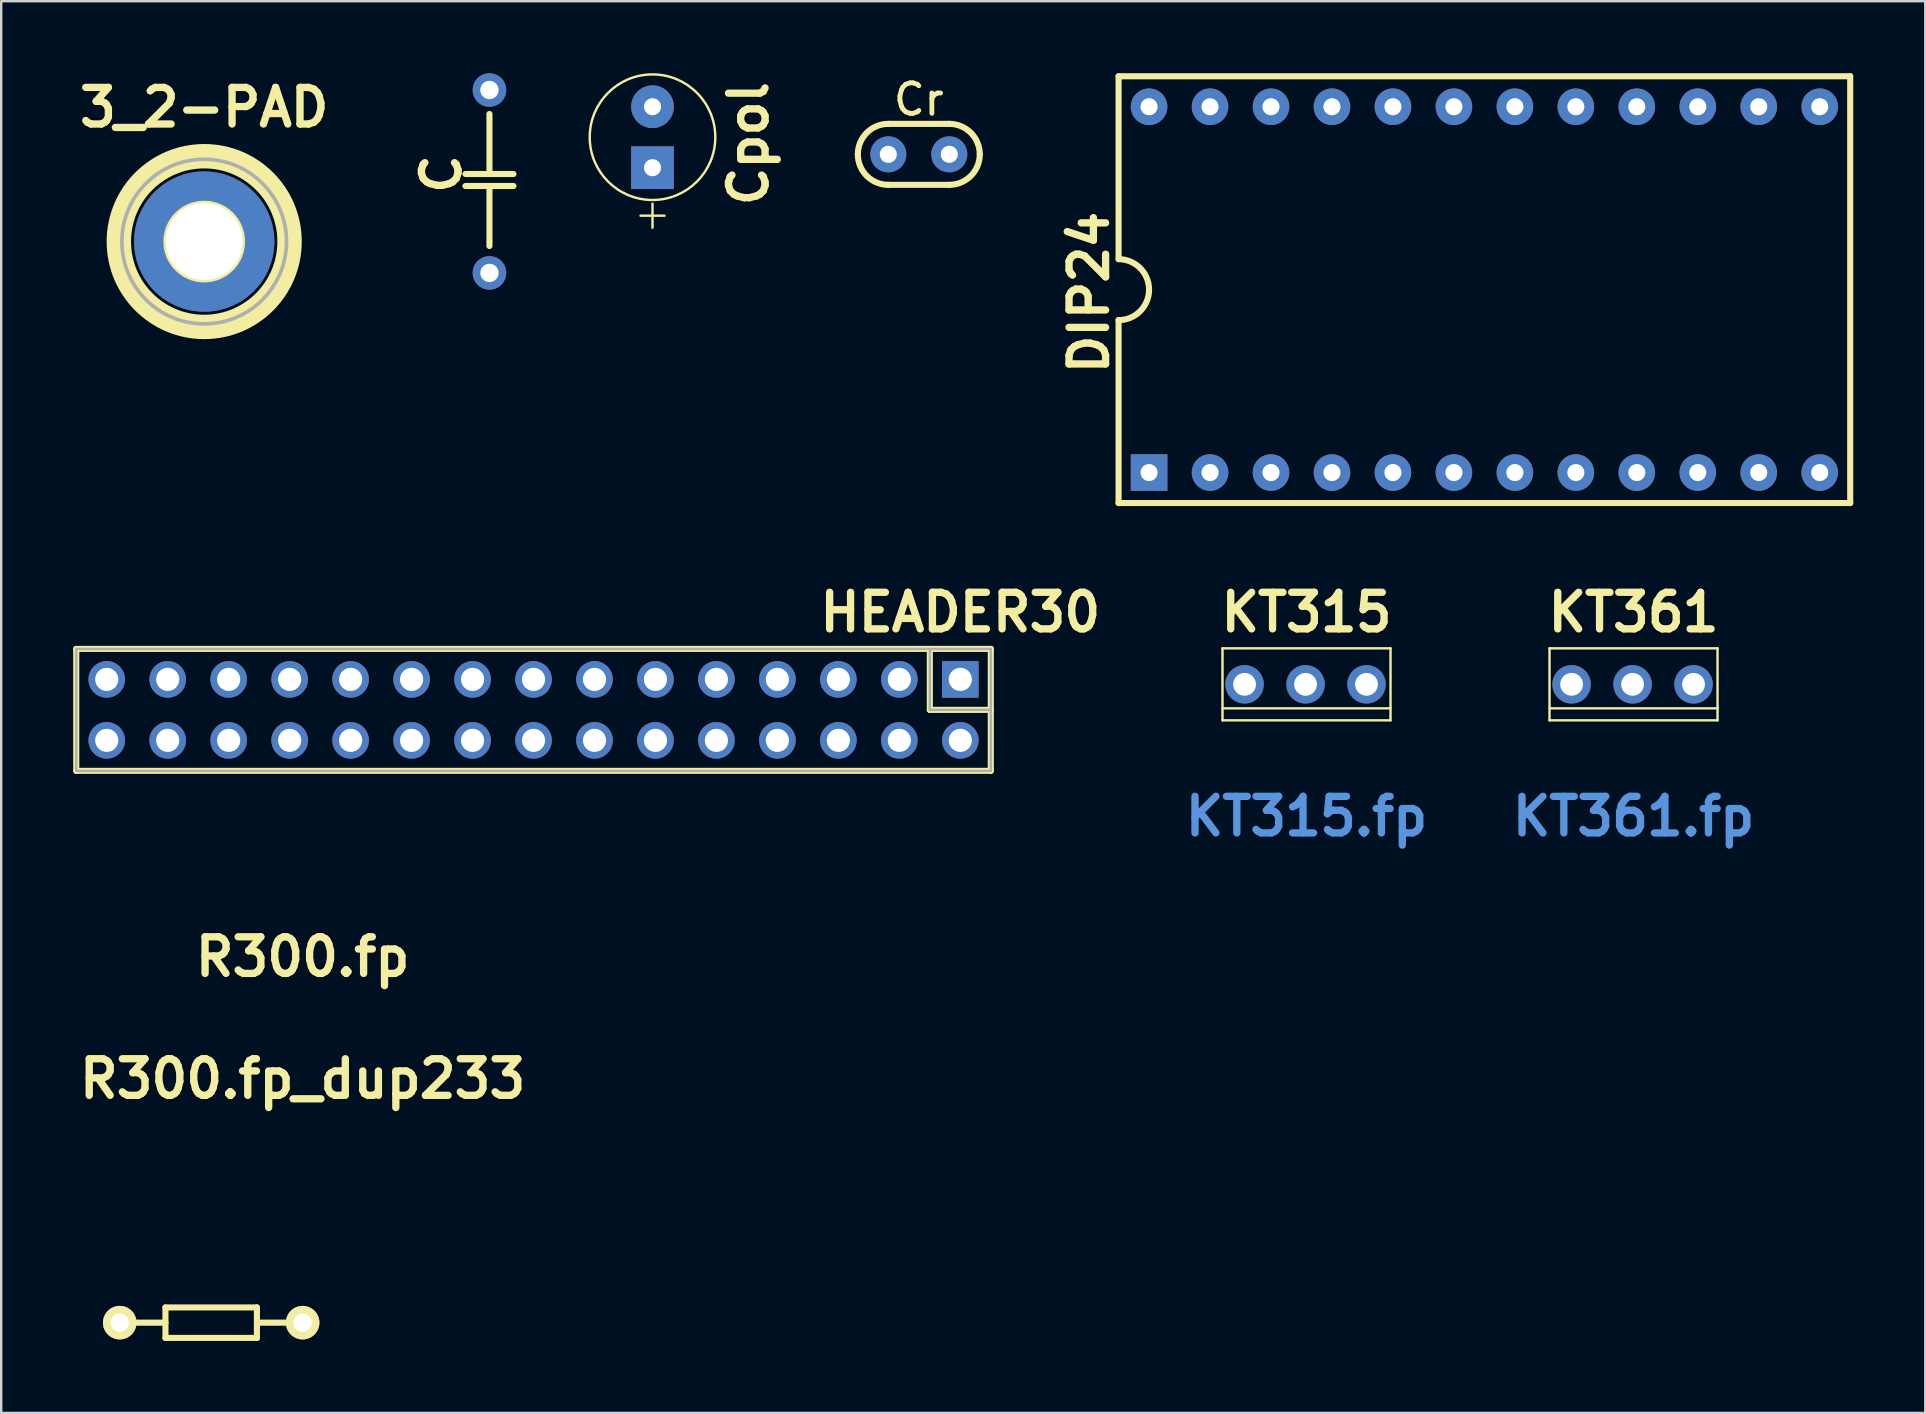
<source format=kicad_pcb>
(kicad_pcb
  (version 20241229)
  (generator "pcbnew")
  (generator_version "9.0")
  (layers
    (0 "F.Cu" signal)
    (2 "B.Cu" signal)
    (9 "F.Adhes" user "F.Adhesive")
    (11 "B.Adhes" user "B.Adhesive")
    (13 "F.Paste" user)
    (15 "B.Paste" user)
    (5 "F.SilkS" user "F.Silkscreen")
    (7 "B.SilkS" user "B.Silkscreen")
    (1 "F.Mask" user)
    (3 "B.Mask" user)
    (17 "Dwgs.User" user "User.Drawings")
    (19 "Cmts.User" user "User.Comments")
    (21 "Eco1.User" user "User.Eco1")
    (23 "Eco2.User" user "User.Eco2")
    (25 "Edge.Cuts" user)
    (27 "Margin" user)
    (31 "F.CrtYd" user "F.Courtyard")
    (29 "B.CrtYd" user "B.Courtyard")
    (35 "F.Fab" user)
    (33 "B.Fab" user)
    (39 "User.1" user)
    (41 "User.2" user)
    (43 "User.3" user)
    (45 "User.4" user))
  (footprint "3_2-PAD"
    (layer "F.Cu")
    (at 5.457 7.014)
    (property "Reference" "3_2-PAD" (at 0 -5.588 0) (layer "F.SilkS") (effects (font (size 1.524 1.524) (thickness 0.305))))
    (fp_circle (center 0 0) (end -3.556 0) (stroke (width 1.016) (type solid)) (fill no) (layer "F.SilkS"))
    (fp_circle (center 0 0) (end -1.6 0) (stroke (width 0.203) (type solid)) (fill no) (layer "F.SilkS"))
    (fp_circle (center 0 0) (end 3.429 0) (stroke (width 0.152) (type solid)) (fill no) (layer "F.Fab"))
    (pad "B3,2" thru_hole circle (at 0 0) (size 5.842 5.842) (drill 3.2) (layers "*.Cu" "*.Mask")))
  (footprint "C"
    (layer "F.Cu")
    (at 17.341 0.699)
    (property "Reference" "C" (at -2 3.5 270) (layer "F.SilkS") (effects (font (size 1.524 1.524) (thickness 0.305))))
    (property "Value" "${Value}" (at 0 4 270) (layer "F.Fab") (hide yes) (effects (font (size 1.524 1.524) (thickness 0.305))))
    (attr through_hole)
    (fp_line (start -1 3.5) (end 1 3.5) (stroke (width 0.254) (type solid)) (layer "F.SilkS"))
    (fp_line (start -1 4) (end 1 4) (stroke (width 0.254) (type solid)) (layer "F.SilkS"))
    (fp_line (start 0 1) (end 0 3.5) (stroke (width 0.254) (type solid)) (layer "F.SilkS"))
    (fp_line (start 0 4) (end 0 6.5) (stroke (width 0.254) (type solid)) (layer "F.SilkS"))
    (pad "1" thru_hole circle (at 0 0) (size 1.397 1.397) (drill 0.762) (layers "*.Cu" "*.Mask"))
    (pad "2" thru_hole circle (at 0 7.62) (size 1.397 1.397) (drill 0.762) (layers "*.Cu" "*.Mask")))
  (footprint "KT361"
    (layer "F.Cu")
    (at 67.504 25.46)
    (property "Reference" "KT361" (at -2.5 -3 0) (layer "F.SilkS") (effects (font (size 1.524 1.524) (thickness 0.305))))
    (attr through_hole)
    (fp_line (start -6 -1.5) (end 1 -1.5) (stroke (width 0.1) (type default)) (layer "F.SilkS"))
    (fp_line (start -6 1) (end 1 1) (stroke (width 0.1) (type default)) (layer "F.SilkS"))
    (fp_line (start -6 1.5) (end -6 -1.5) (stroke (width 0.1) (type default)) (layer "F.SilkS"))
    (fp_line (start 1 -1.5) (end 1 1.5) (stroke (width 0.1) (type default)) (layer "F.SilkS"))
    (fp_line (start 1 1.5) (end -6 1.5) (stroke (width 0.1) (type default)) (layer "F.SilkS"))
    (fp_text user "KT361.fp" (at -2.5 5.5 0) (layer "Cmts.User") (effects (font (size 1.524 1.524) (thickness 0.305))))
    (pad "1" thru_hole circle (at -2.54 0) (size 1.6 1.6) (drill 0.95) (layers "*.Cu" "*.Mask"))
    (pad "2" thru_hole circle (at -5.08 0) (size 1.6 1.6) (drill 0.95) (layers "*.Cu" "*.Mask"))
    (pad "3" thru_hole circle (at 0 0) (size 1.6 1.6) (drill 0.95) (layers "*.Cu" "*.Mask")))
  (footprint "Cpol"
    (layer "F.Cu")
    (at 24.134 3.936)
    (property "Reference" "Cpol" (at 4 -1 270) (layer "F.SilkS") (effects (font (size 1.524 1.524) (thickness 0.305))))
    (attr through_hole)
    (fp_line (start -0.5 2) (end 0.5 2) (stroke (width 0.1) (type default)) (layer "F.SilkS"))
    (fp_line (start 0 1.5) (end 0 2.5) (stroke (width 0.1) (type default)) (layer "F.SilkS"))
    (fp_circle (center 0 -1.27) (end 2.5 -0.5) (stroke (width 0.1) (type default)) (fill no) (layer "F.SilkS"))
    (pad "1" thru_hole rect (at 0 0) (size 1.778 1.778) (drill 0.711) (layers "*.Cu" "*.Mask"))
    (pad "2" thru_hole circle (at 0 -2.54) (size 1.778 1.778) (drill 0.711) (layers "*.Cu" "*.Mask")))
  (footprint "HEADER30"
    (layer "F.Cu")
    (at 36.957 25.254)
    (property "Reference" "HEADER30" (at 0 -2.794 0) (layer "F.SilkS") (effects (font (size 1.524 1.524) (thickness 0.305))))
    (attr through_hole)
    (fp_line (start -36.83 -1.27) (end -36.83 3.81) (stroke (width 0.254) (type solid)) (layer "F.SilkS"))
    (fp_line (start -36.83 -1.27) (end 1.27 -1.27) (stroke (width 0.254) (type solid)) (layer "F.SilkS"))
    (fp_line (start -36.83 3.81) (end 1.27 3.81) (stroke (width 0.254) (type solid)) (layer "F.SilkS"))
    (fp_line (start -1.27 -1.27) (end -1.27 1.27) (stroke (width 0.254) (type solid)) (layer "F.SilkS"))
    (fp_line (start -1.27 1.27) (end 1.27 1.27) (stroke (width 0.254) (type solid)) (layer "F.SilkS"))
    (fp_line (start 1.27 -1.27) (end 1.27 3.81) (stroke (width 0.254) (type solid)) (layer "F.SilkS"))
    (fp_line (start -36.83 -1.27) (end -36.83 3.81) (stroke (width 0.1) (type default)) (layer "F.Fab"))
    (fp_line (start -36.83 3.81) (end 1.27 3.81) (stroke (width 0.1) (type default)) (layer "F.Fab"))
    (fp_line (start -1.27 -1.27) (end -1.27 1.27) (stroke (width 0.1) (type default)) (layer "F.Fab"))
    (fp_line (start -1.27 1.27) (end 1.27 1.27) (stroke (width 0.1) (type default)) (layer "F.Fab"))
    (fp_line (start 1.27 -1.27) (end -36.83 -1.27) (stroke (width 0.1) (type default)) (layer "F.Fab"))
    (fp_line (start 1.27 3.81) (end 1.27 -1.27) (stroke (width 0.1) (type default)) (layer "F.Fab"))
    (pad "1" thru_hole rect (at 0 0) (size 1.524 1.524) (drill 0.965) (layers "*.Cu" "*.Mask"))
    (pad "2" thru_hole circle (at 0 2.54) (size 1.524 1.524) (drill 0.965) (layers "*.Cu" "*.Mask"))
    (pad "3" thru_hole circle (at -2.54 0) (size 1.524 1.524) (drill 0.965) (layers "*.Cu" "*.Mask"))
    (pad "4" thru_hole circle (at -2.54 2.54) (size 1.524 1.524) (drill 0.965) (layers "*.Cu" "*.Mask"))
    (pad "5" thru_hole circle (at -5.08 0) (size 1.524 1.524) (drill 0.965) (layers "*.Cu" "*.Mask"))
    (pad "6" thru_hole circle (at -5.08 2.54) (size 1.524 1.524) (drill 0.965) (layers "*.Cu" "*.Mask"))
    (pad "7" thru_hole circle (at -7.62 0) (size 1.524 1.524) (drill 0.965) (layers "*.Cu" "*.Mask"))
    (pad "8" thru_hole circle (at -7.62 2.54) (size 1.524 1.524) (drill 0.965) (layers "*.Cu" "*.Mask"))
    (pad "9" thru_hole circle (at -10.16 0) (size 1.524 1.524) (drill 0.965) (layers "*.Cu" "*.Mask"))
    (pad "10" thru_hole circle (at -10.16 2.54) (size 1.524 1.524) (drill 0.965) (layers "*.Cu" "*.Mask"))
    (pad "11" thru_hole circle (at -12.7 0) (size 1.524 1.524) (drill 0.965) (layers "*.Cu" "*.Mask"))
    (pad "12" thru_hole circle (at -12.7 2.54) (size 1.524 1.524) (drill 0.965) (layers "*.Cu" "*.Mask"))
    (pad "13" thru_hole circle (at -15.24 0) (size 1.524 1.524) (drill 0.965) (layers "*.Cu" "*.Mask"))
    (pad "14" thru_hole circle (at -15.24 2.54) (size 1.524 1.524) (drill 0.965) (layers "*.Cu" "*.Mask"))
    (pad "15" thru_hole circle (at -17.78 0) (size 1.524 1.524) (drill 0.965) (layers "*.Cu" "*.Mask"))
    (pad "16" thru_hole circle (at -17.78 2.54) (size 1.524 1.524) (drill 0.965) (layers "*.Cu" "*.Mask"))
    (pad "17" thru_hole circle (at -20.32 0) (size 1.524 1.524) (drill 0.965) (layers "*.Cu" "*.Mask"))
    (pad "18" thru_hole circle (at -20.32 2.54) (size 1.524 1.524) (drill 0.965) (layers "*.Cu" "*.Mask"))
    (pad "19" thru_hole circle (at -22.86 0) (size 1.524 1.524) (drill 0.965) (layers "*.Cu" "*.Mask"))
    (pad "20" thru_hole circle (at -22.86 2.54) (size 1.524 1.524) (drill 0.965) (layers "*.Cu" "*.Mask"))
    (pad "21" thru_hole circle (at -25.4 0) (size 1.524 1.524) (drill 0.965) (layers "*.Cu" "*.Mask"))
    (pad "22" thru_hole circle (at -25.4 2.54) (size 1.524 1.524) (drill 0.965) (layers "*.Cu" "*.Mask"))
    (pad "23" thru_hole circle (at -27.94 0) (size 1.524 1.524) (drill 0.965) (layers "*.Cu" "*.Mask"))
    (pad "24" thru_hole circle (at -27.94 2.54) (size 1.524 1.524) (drill 0.965) (layers "*.Cu" "*.Mask"))
    (pad "25" thru_hole circle (at -30.48 0) (size 1.524 1.524) (drill 0.965) (layers "*.Cu" "*.Mask"))
    (pad "26" thru_hole circle (at -30.48 2.54) (size 1.524 1.524) (drill 0.965) (layers "*.Cu" "*.Mask"))
    (pad "27" thru_hole circle (at -33.02 0) (size 1.524 1.524) (drill 0.965) (layers "*.Cu" "*.Mask"))
    (pad "28" thru_hole circle (at -33.02 2.54) (size 1.524 1.524) (drill 0.965) (layers "*.Cu" "*.Mask"))
    (pad "29" thru_hole circle (at -35.56 0) (size 1.524 1.524) (drill 0.965) (layers "*.Cu" "*.Mask"))
    (pad "30" thru_hole circle (at -35.56 2.54) (size 1.524 1.524) (drill 0.965) (layers "*.Cu" "*.Mask")))
  (footprint "KT315"
    (layer "F.Cu")
    (at 53.88 25.46)
    (property "Reference" "KT315" (at -2.5 -3 0) (layer "F.SilkS") (effects (font (size 1.524 1.524) (thickness 0.305))))
    (attr through_hole)
    (fp_line (start -6 -1.5) (end 1 -1.5) (stroke (width 0.1) (type default)) (layer "F.SilkS"))
    (fp_line (start -6 1) (end 1 1) (stroke (width 0.1) (type default)) (layer "F.SilkS"))
    (fp_line (start -6 1.5) (end -6 -1.5) (stroke (width 0.1) (type default)) (layer "F.SilkS"))
    (fp_line (start 1 -1.5) (end 1 1.5) (stroke (width 0.1) (type default)) (layer "F.SilkS"))
    (fp_line (start 1 1.5) (end -6 1.5) (stroke (width 0.1) (type default)) (layer "F.SilkS"))
    (fp_text user "KT315.fp" (at -2.5 5.5 0) (layer "Cmts.User") (effects (font (size 1.524 1.524) (thickness 0.305))))
    (pad "1" thru_hole circle (at -2.54 0) (size 1.6 1.6) (drill 0.95) (layers "*.Cu" "*.Mask"))
    (pad "2" thru_hole circle (at -5.08 0) (size 1.6 1.6) (drill 0.95) (layers "*.Cu" "*.Mask"))
    (pad "3" thru_hole circle (at 0 0) (size 1.6 1.6) (drill 0.95) (layers "*.Cu" "*.Mask")))
  (footprint "Cr"
    (layer "F.Cu")
    (at 33.958 3.38)
    (property "Reference" "Cr" (at 1.27 -2.286 180) (layer "F.SilkS") (effects (font (size 1.27 1.27) (thickness 0.2))))
    (attr through_hole)
    (fp_line (start 0 1.27) (end 2.54 1.27) (stroke (width 0.254) (type solid)) (layer "F.SilkS"))
    (fp_line (start 2.54 -1.27) (end 0 -1.27) (stroke (width 0.254) (type solid)) (layer "F.SilkS"))
    (fp_arc (start -1.27 0) (mid -0.898026 -0.898026) (end 0 -1.27) (stroke (width 0.254) (type solid)) (layer "F.SilkS"))
    (fp_arc (start 0 1.27) (mid -0.898026 0.898026) (end -1.27 0) (stroke (width 0.254) (type solid)) (layer "F.SilkS"))
    (fp_arc (start 2.54 -1.27) (mid 3.438026 -0.898026) (end 3.81 0) (stroke (width 0.254) (type solid)) (layer "F.SilkS"))
    (fp_arc (start 3.81 0) (mid 3.438026 0.898026) (end 2.54 1.27) (stroke (width 0.254) (type solid)) (layer "F.SilkS"))
    (pad "1" thru_hole circle (at 0 0) (size 1.5 1.5) (drill 0.711) (layers "*.Cu" "*.Mask"))
    (pad "2" thru_hole circle (at 2.54 0) (size 1.5 1.5) (drill 0.711) (layers "*.Cu" "*.Mask")))
  (footprint "DIP24"
    (layer "F.Cu")
    (at 44.821 16.637)
    (property "Reference" "DIP24" (at -2.5 -7.5 90) (layer "F.SilkS") (effects (font (size 1.524 1.524) (thickness 0.305))))
    (property "Value" "${Value}" (at 13.97 -7.62 0) (layer "F.SilkS") (hide yes) (effects (font (size 1.524 1.524) (thickness 0.305))))
    (attr through_hole)
    (fp_line (start -1.27 -16.51) (end -1.27 -8.89) (stroke (width 0.254) (type solid)) (layer "F.SilkS"))
    (fp_line (start -1.27 -16.51) (end 29.21 -16.51) (stroke (width 0.254) (type solid)) (layer "F.SilkS"))
    (fp_line (start -1.27 -6.35) (end -1.27 1.27) (stroke (width 0.254) (type solid)) (layer "F.SilkS"))
    (fp_line (start -1.27 1.27) (end 29.21 1.27) (stroke (width 0.254) (type solid)) (layer "F.SilkS"))
    (fp_line (start 29.21 -16.51) (end 29.21 1.27) (stroke (width 0.254) (type solid)) (layer "F.SilkS"))
    (fp_arc (start -1.27 -8.89) (mid 0 -7.62) (end -1.27 -6.35) (stroke (width 0.254) (type solid)) (layer "F.SilkS"))
    (pad "1" thru_hole rect (at 0 0) (size 1.524 1.524) (drill 0.711) (layers "*.Cu" "*.Mask"))
    (pad "2" thru_hole circle (at 2.54 0) (size 1.524 1.524) (drill 0.711) (layers "*.Cu" "*.Mask"))
    (pad "3" thru_hole circle (at 5.08 0) (size 1.524 1.524) (drill 0.711) (layers "*.Cu" "*.Mask"))
    (pad "4" thru_hole circle (at 7.62 0) (size 1.524 1.524) (drill 0.711) (layers "*.Cu" "*.Mask"))
    (pad "5" thru_hole circle (at 10.16 0) (size 1.524 1.524) (drill 0.711) (layers "*.Cu" "*.Mask"))
    (pad "6" thru_hole circle (at 12.7 0) (size 1.524 1.524) (drill 0.711) (layers "*.Cu" "*.Mask"))
    (pad "7" thru_hole circle (at 15.24 0) (size 1.524 1.524) (drill 0.711) (layers "*.Cu" "*.Mask"))
    (pad "8" thru_hole circle (at 17.78 0) (size 1.524 1.524) (drill 0.711) (layers "*.Cu" "*.Mask"))
    (pad "9" thru_hole circle (at 20.32 0) (size 1.524 1.524) (drill 0.711) (layers "*.Cu" "*.Mask"))
    (pad "10" thru_hole circle (at 22.86 0) (size 1.524 1.524) (drill 0.711) (layers "*.Cu" "*.Mask"))
    (pad "11" thru_hole circle (at 25.4 0) (size 1.524 1.524) (drill 0.711) (layers "*.Cu" "*.Mask"))
    (pad "12" thru_hole circle (at 27.94 0) (size 1.524 1.524) (drill 0.711) (layers "*.Cu" "*.Mask"))
    (pad "13" thru_hole circle (at 27.94 -15.24) (size 1.524 1.524) (drill 0.711) (layers "*.Cu" "*.Mask"))
    (pad "14" thru_hole circle (at 25.4 -15.24) (size 1.524 1.524) (drill 0.711) (layers "*.Cu" "*.Mask"))
    (pad "15" thru_hole circle (at 22.86 -15.24) (size 1.524 1.524) (drill 0.711) (layers "*.Cu" "*.Mask"))
    (pad "16" thru_hole circle (at 20.32 -15.24) (size 1.524 1.524) (drill 0.711) (layers "*.Cu" "*.Mask"))
    (pad "17" thru_hole circle (at 17.78 -15.24) (size 1.524 1.524) (drill 0.711) (layers "*.Cu" "*.Mask"))
    (pad "18" thru_hole circle (at 15.24 -15.24) (size 1.524 1.524) (drill 0.711) (layers "*.Cu" "*.Mask"))
    (pad "19" thru_hole circle (at 12.7 -15.24) (size 1.524 1.524) (drill 0.711) (layers "*.Cu" "*.Mask"))
    (pad "20" thru_hole circle (at 10.16 -15.24) (size 1.524 1.524) (drill 0.711) (layers "*.Cu" "*.Mask"))
    (pad "21" thru_hole circle (at 7.62 -15.24) (size 1.524 1.524) (drill 0.711) (layers "*.Cu" "*.Mask"))
    (pad "22" thru_hole circle (at 5.08 -15.24) (size 1.524 1.524) (drill 0.711) (layers "*.Cu" "*.Mask"))
    (pad "23" thru_hole circle (at 2.54 -15.24) (size 1.524 1.524) (drill 0.711) (layers "*.Cu" "*.Mask"))
    (pad "24" thru_hole circle (at 0 -15.24) (size 1.524 1.524) (drill 0.711) (layers "*.Cu" "*.Mask")))
  (footprint "R300.fp_dup233"
    (layer "F.Cu")
    (at 9.558 52.053)
    (property "Reference" "R300.fp_dup233" (at 0 -10.16 0) (layer "F.SilkS") (effects (font (size 1.524 1.524) (thickness 0.305))))
    (fp_line (start -7.62 0) (end -5.715 0) (stroke (width 0.254) (type solid)) (layer "F.SilkS"))
    (fp_line (start -5.715 -0.635) (end -5.715 0.635) (stroke (width 0.254) (type solid)) (layer "F.SilkS"))
    (fp_line (start -5.715 -0.635) (end -1.905 -0.635) (stroke (width 0.254) (type solid)) (layer "F.SilkS"))
    (fp_line (start -5.715 0.635) (end -1.905 0.635) (stroke (width 0.254) (type solid)) (layer "F.SilkS"))
    (fp_line (start -1.905 -0.635) (end -1.905 0.635) (stroke (width 0.254) (type solid)) (layer "F.SilkS"))
    (fp_line (start -1.905 0) (end 0 0) (stroke (width 0.254) (type solid)) (layer "F.SilkS"))
    (fp_line (start 0 0) (end -1.001 0) (stroke (width 0.099) (type solid)) (layer "F.SilkS"))
    (fp_line (start 0 0) (end 0 0) (stroke (width 0.099) (type solid)) (layer "F.SilkS"))
    (fp_text user "R300.fp" (at 0 -15.24 0) (layer "F.SilkS") (effects (font (size 1.524 1.524) (thickness 0.305))))
    (pad "1" thru_hole circle (at 0 0) (size 1.397 1.397) (drill 0.762) (layers "*.Cu" "*.Mask" "F.SilkS"))
    (pad "2" thru_hole circle (at -7.62 0) (size 1.397 1.397) (drill 0.762) (layers "*.Cu" "*.Mask" "F.SilkS")))
  (gr_rect
    (start -3 -3)
    (end 77.158 55.815)
    (stroke (width 0.1) (type default))
    (fill no)
    (layer "Edge.Cuts")))
</source>
